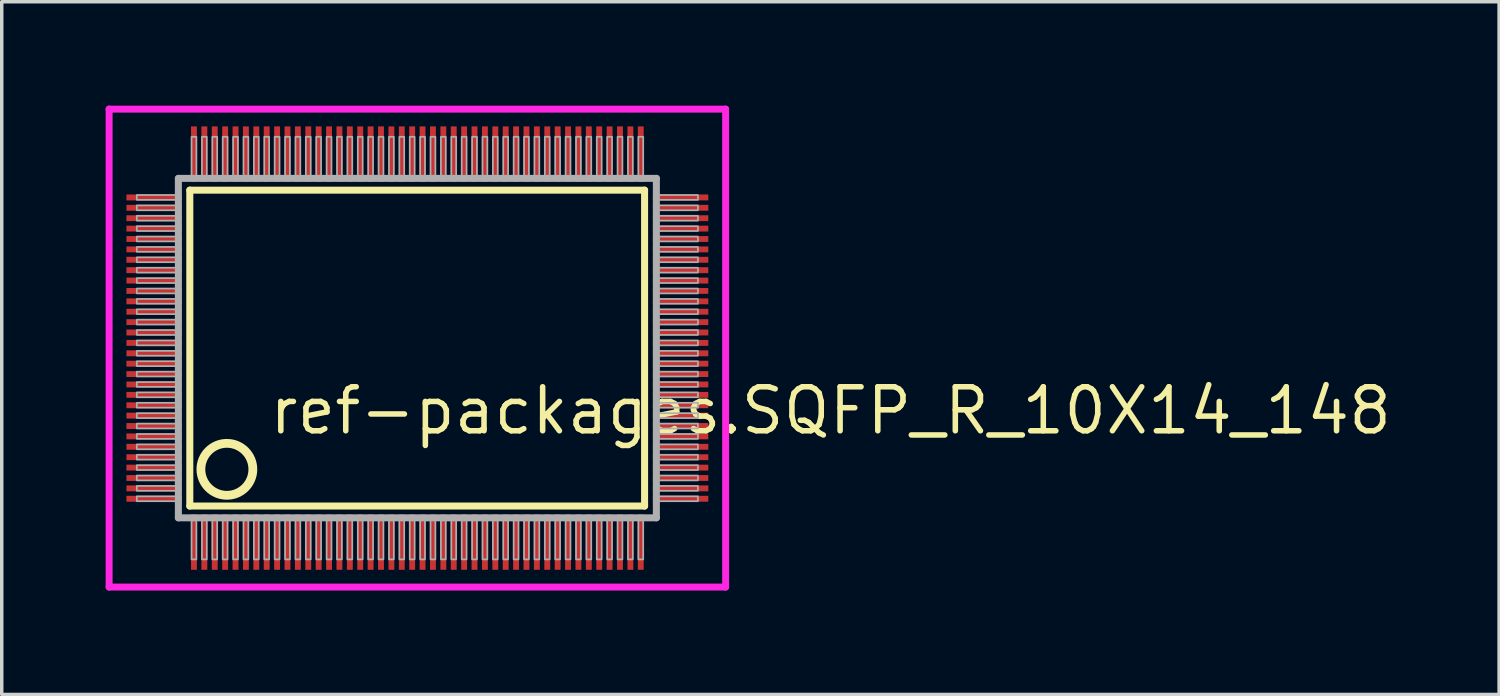
<source format=kicad_pcb>
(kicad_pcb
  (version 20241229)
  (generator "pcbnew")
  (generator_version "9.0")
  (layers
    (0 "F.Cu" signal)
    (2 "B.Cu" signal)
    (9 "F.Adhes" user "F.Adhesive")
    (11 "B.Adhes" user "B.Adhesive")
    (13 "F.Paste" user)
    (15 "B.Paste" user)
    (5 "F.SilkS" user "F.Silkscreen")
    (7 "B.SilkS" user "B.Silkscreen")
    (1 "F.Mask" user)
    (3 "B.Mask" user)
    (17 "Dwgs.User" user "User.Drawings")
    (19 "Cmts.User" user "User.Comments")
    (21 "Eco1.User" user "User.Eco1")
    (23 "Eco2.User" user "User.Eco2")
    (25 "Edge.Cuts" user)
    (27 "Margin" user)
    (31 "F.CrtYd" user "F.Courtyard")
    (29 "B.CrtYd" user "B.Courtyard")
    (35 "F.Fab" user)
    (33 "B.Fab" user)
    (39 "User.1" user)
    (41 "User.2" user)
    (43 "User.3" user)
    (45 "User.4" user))
  (footprint "ref-packages.SQFP_R_10X14_148"
    (layer "F.Cu")
    (at 9 7)
    (property "Reference" "ref-packages.SQFP_R_10X14_148" (at -4.35 2.55 0) (layer "F.SilkS") (effects (font (size 1.27 1.27) (thickness 0.16)) (justify left bottom)))
    (attr smd)
    (fp_line (start -6.57 -4.56) (end 6.56 -4.56) (stroke (width 0.203) (type default)) (layer "F.SilkS"))
    (fp_line (start -6.57 4.56) (end -6.57 -4.56) (stroke (width 0.203) (type default)) (layer "F.SilkS"))
    (fp_line (start 6.56 -4.56) (end 6.56 4.56) (stroke (width 0.203) (type default)) (layer "F.SilkS"))
    (fp_line (start 6.56 4.56) (end -6.57 4.56) (stroke (width 0.203) (type default)) (layer "F.SilkS"))
    (fp_circle (center -5.5 3.5) (end -4.75 3.5) (stroke (width 0.254) (type default)) (fill no) (layer "F.SilkS"))
    (fp_line (start -8.9 -6.9) (end 8.9 -6.9) (stroke (width 0.2) (type default)) (layer "F.CrtYd"))
    (fp_line (start -8.9 6.9) (end -8.9 -6.9) (stroke (width 0.2) (type default)) (layer "F.CrtYd"))
    (fp_line (start 8.9 -6.9) (end 8.9 6.9) (stroke (width 0.2) (type default)) (layer "F.CrtYd"))
    (fp_line (start 8.9 6.9) (end -8.9 6.9) (stroke (width 0.2) (type default)) (layer "F.CrtYd"))
    (fp_line (start -6.9 -4.9) (end -6.9 4.9) (stroke (width 0.203) (type default)) (layer "F.Fab"))
    (fp_line (start -6.9 4.9) (end 6.9 4.9) (stroke (width 0.203) (type default)) (layer "F.Fab"))
    (fp_line (start 6.9 -4.9) (end -6.9 -4.9) (stroke (width 0.203) (type default)) (layer "F.Fab"))
    (fp_line (start 6.9 4.9) (end 6.9 -4.9) (stroke (width 0.203) (type default)) (layer "F.Fab"))
    (fp_rect (start -8.1 -4.28) (end -6.95 -4.42) (stroke (width 0.05) (type default)) (fill no) (layer "F.Fab"))
    (fp_rect (start -8.1 -3.98) (end -6.95 -4.12) (stroke (width 0.05) (type default)) (fill no) (layer "F.Fab"))
    (fp_rect (start -8.1 -3.68) (end -6.95 -3.82) (stroke (width 0.05) (type default)) (fill no) (layer "F.Fab"))
    (fp_rect (start -8.1 -3.38) (end -6.95 -3.52) (stroke (width 0.05) (type default)) (fill no) (layer "F.Fab"))
    (fp_rect (start -8.1 -3.08) (end -6.95 -3.22) (stroke (width 0.05) (type default)) (fill no) (layer "F.Fab"))
    (fp_rect (start -8.1 -2.78) (end -6.95 -2.92) (stroke (width 0.05) (type default)) (fill no) (layer "F.Fab"))
    (fp_rect (start -8.1 -2.48) (end -6.95 -2.62) (stroke (width 0.05) (type default)) (fill no) (layer "F.Fab"))
    (fp_rect (start -8.1 -2.18) (end -6.95 -2.32) (stroke (width 0.05) (type default)) (fill no) (layer "F.Fab"))
    (fp_rect (start -8.1 -1.88) (end -6.95 -2.02) (stroke (width 0.05) (type default)) (fill no) (layer "F.Fab"))
    (fp_rect (start -8.1 -1.58) (end -6.95 -1.72) (stroke (width 0.05) (type default)) (fill no) (layer "F.Fab"))
    (fp_rect (start -8.1 -1.28) (end -6.95 -1.42) (stroke (width 0.05) (type default)) (fill no) (layer "F.Fab"))
    (fp_rect (start -8.1 -0.98) (end -6.95 -1.12) (stroke (width 0.05) (type default)) (fill no) (layer "F.Fab"))
    (fp_rect (start -8.1 -0.68) (end -6.95 -0.82) (stroke (width 0.05) (type default)) (fill no) (layer "F.Fab"))
    (fp_rect (start -8.1 -0.38) (end -6.95 -0.52) (stroke (width 0.05) (type default)) (fill no) (layer "F.Fab"))
    (fp_rect (start -8.1 -0.08) (end -6.95 -0.22) (stroke (width 0.05) (type default)) (fill no) (layer "F.Fab"))
    (fp_rect (start -8.1 0.22) (end -6.95 0.08) (stroke (width 0.05) (type default)) (fill no) (layer "F.Fab"))
    (fp_rect (start -8.1 0.52) (end -6.95 0.38) (stroke (width 0.05) (type default)) (fill no) (layer "F.Fab"))
    (fp_rect (start -8.1 0.82) (end -6.95 0.68) (stroke (width 0.05) (type default)) (fill no) (layer "F.Fab"))
    (fp_rect (start -8.1 1.12) (end -6.95 0.98) (stroke (width 0.05) (type default)) (fill no) (layer "F.Fab"))
    (fp_rect (start -8.1 1.42) (end -6.95 1.28) (stroke (width 0.05) (type default)) (fill no) (layer "F.Fab"))
    (fp_rect (start -8.1 1.72) (end -6.95 1.58) (stroke (width 0.05) (type default)) (fill no) (layer "F.Fab"))
    (fp_rect (start -8.1 2.02) (end -6.95 1.88) (stroke (width 0.05) (type default)) (fill no) (layer "F.Fab"))
    (fp_rect (start -8.1 2.32) (end -6.95 2.18) (stroke (width 0.05) (type default)) (fill no) (layer "F.Fab"))
    (fp_rect (start -8.1 2.62) (end -6.95 2.48) (stroke (width 0.05) (type default)) (fill no) (layer "F.Fab"))
    (fp_rect (start -8.1 2.92) (end -6.95 2.78) (stroke (width 0.05) (type default)) (fill no) (layer "F.Fab"))
    (fp_rect (start -8.1 3.22) (end -6.95 3.08) (stroke (width 0.05) (type default)) (fill no) (layer "F.Fab"))
    (fp_rect (start -8.1 3.52) (end -6.95 3.38) (stroke (width 0.05) (type default)) (fill no) (layer "F.Fab"))
    (fp_rect (start -8.1 3.82) (end -6.95 3.68) (stroke (width 0.05) (type default)) (fill no) (layer "F.Fab"))
    (fp_rect (start -8.1 4.12) (end -6.95 3.98) (stroke (width 0.05) (type default)) (fill no) (layer "F.Fab"))
    (fp_rect (start -8.1 4.42) (end -6.95 4.28) (stroke (width 0.05) (type default)) (fill no) (layer "F.Fab"))
    (fp_rect (start -6.52 -4.95) (end -6.38 -6.1) (stroke (width 0.05) (type default)) (fill no) (layer "F.Fab"))
    (fp_rect (start -6.52 6.1) (end -6.38 4.95) (stroke (width 0.05) (type default)) (fill no) (layer "F.Fab"))
    (fp_rect (start -6.22 -4.95) (end -6.08 -6.1) (stroke (width 0.05) (type default)) (fill no) (layer "F.Fab"))
    (fp_rect (start -6.22 6.1) (end -6.08 4.95) (stroke (width 0.05) (type default)) (fill no) (layer "F.Fab"))
    (fp_rect (start -5.92 -4.95) (end -5.78 -6.1) (stroke (width 0.05) (type default)) (fill no) (layer "F.Fab"))
    (fp_rect (start -5.92 6.1) (end -5.78 4.95) (stroke (width 0.05) (type default)) (fill no) (layer "F.Fab"))
    (fp_rect (start -5.62 -4.95) (end -5.48 -6.1) (stroke (width 0.05) (type default)) (fill no) (layer "F.Fab"))
    (fp_rect (start -5.62 6.1) (end -5.48 4.95) (stroke (width 0.05) (type default)) (fill no) (layer "F.Fab"))
    (fp_rect (start -5.32 -4.95) (end -5.18 -6.1) (stroke (width 0.05) (type default)) (fill no) (layer "F.Fab"))
    (fp_rect (start -5.32 6.1) (end -5.18 4.95) (stroke (width 0.05) (type default)) (fill no) (layer "F.Fab"))
    (fp_rect (start -5.02 -4.95) (end -4.88 -6.1) (stroke (width 0.05) (type default)) (fill no) (layer "F.Fab"))
    (fp_rect (start -5.02 6.1) (end -4.88 4.95) (stroke (width 0.05) (type default)) (fill no) (layer "F.Fab"))
    (fp_rect (start -4.72 -4.95) (end -4.58 -6.1) (stroke (width 0.05) (type default)) (fill no) (layer "F.Fab"))
    (fp_rect (start -4.72 6.1) (end -4.58 4.95) (stroke (width 0.05) (type default)) (fill no) (layer "F.Fab"))
    (fp_rect (start -4.42 -4.95) (end -4.28 -6.1) (stroke (width 0.05) (type default)) (fill no) (layer "F.Fab"))
    (fp_rect (start -4.42 6.1) (end -4.28 4.95) (stroke (width 0.05) (type default)) (fill no) (layer "F.Fab"))
    (fp_rect (start -4.12 -4.95) (end -3.98 -6.1) (stroke (width 0.05) (type default)) (fill no) (layer "F.Fab"))
    (fp_rect (start -4.12 6.1) (end -3.98 4.95) (stroke (width 0.05) (type default)) (fill no) (layer "F.Fab"))
    (fp_rect (start -3.82 -4.95) (end -3.68 -6.1) (stroke (width 0.05) (type default)) (fill no) (layer "F.Fab"))
    (fp_rect (start -3.82 6.1) (end -3.68 4.95) (stroke (width 0.05) (type default)) (fill no) (layer "F.Fab"))
    (fp_rect (start -3.52 -4.95) (end -3.38 -6.1) (stroke (width 0.05) (type default)) (fill no) (layer "F.Fab"))
    (fp_rect (start -3.52 6.1) (end -3.38 4.95) (stroke (width 0.05) (type default)) (fill no) (layer "F.Fab"))
    (fp_rect (start -3.22 -4.95) (end -3.08 -6.1) (stroke (width 0.05) (type default)) (fill no) (layer "F.Fab"))
    (fp_rect (start -3.22 6.1) (end -3.08 4.95) (stroke (width 0.05) (type default)) (fill no) (layer "F.Fab"))
    (fp_rect (start -2.92 -4.95) (end -2.78 -6.1) (stroke (width 0.05) (type default)) (fill no) (layer "F.Fab"))
    (fp_rect (start -2.92 6.1) (end -2.78 4.95) (stroke (width 0.05) (type default)) (fill no) (layer "F.Fab"))
    (fp_rect (start -2.62 -4.95) (end -2.48 -6.1) (stroke (width 0.05) (type default)) (fill no) (layer "F.Fab"))
    (fp_rect (start -2.62 6.1) (end -2.48 4.95) (stroke (width 0.05) (type default)) (fill no) (layer "F.Fab"))
    (fp_rect (start -2.32 -4.95) (end -2.18 -6.1) (stroke (width 0.05) (type default)) (fill no) (layer "F.Fab"))
    (fp_rect (start -2.32 6.1) (end -2.18 4.95) (stroke (width 0.05) (type default)) (fill no) (layer "F.Fab"))
    (fp_rect (start -2.02 -4.95) (end -1.88 -6.1) (stroke (width 0.05) (type default)) (fill no) (layer "F.Fab"))
    (fp_rect (start -2.02 6.1) (end -1.88 4.95) (stroke (width 0.05) (type default)) (fill no) (layer "F.Fab"))
    (fp_rect (start -1.72 -4.95) (end -1.58 -6.1) (stroke (width 0.05) (type default)) (fill no) (layer "F.Fab"))
    (fp_rect (start -1.72 6.1) (end -1.58 4.95) (stroke (width 0.05) (type default)) (fill no) (layer "F.Fab"))
    (fp_rect (start -1.42 -4.95) (end -1.28 -6.1) (stroke (width 0.05) (type default)) (fill no) (layer "F.Fab"))
    (fp_rect (start -1.42 6.1) (end -1.28 4.95) (stroke (width 0.05) (type default)) (fill no) (layer "F.Fab"))
    (fp_rect (start -1.12 -4.95) (end -0.98 -6.1) (stroke (width 0.05) (type default)) (fill no) (layer "F.Fab"))
    (fp_rect (start -1.12 6.1) (end -0.98 4.95) (stroke (width 0.05) (type default)) (fill no) (layer "F.Fab"))
    (fp_rect (start -0.82 -4.95) (end -0.68 -6.1) (stroke (width 0.05) (type default)) (fill no) (layer "F.Fab"))
    (fp_rect (start -0.82 6.1) (end -0.68 4.95) (stroke (width 0.05) (type default)) (fill no) (layer "F.Fab"))
    (fp_rect (start -0.52 -4.95) (end -0.38 -6.1) (stroke (width 0.05) (type default)) (fill no) (layer "F.Fab"))
    (fp_rect (start -0.52 6.1) (end -0.38 4.95) (stroke (width 0.05) (type default)) (fill no) (layer "F.Fab"))
    (fp_rect (start -0.22 -4.95) (end -0.08 -6.1) (stroke (width 0.05) (type default)) (fill no) (layer "F.Fab"))
    (fp_rect (start -0.22 6.1) (end -0.08 4.95) (stroke (width 0.05) (type default)) (fill no) (layer "F.Fab"))
    (fp_rect (start 0.08 -4.95) (end 0.22 -6.1) (stroke (width 0.05) (type default)) (fill no) (layer "F.Fab"))
    (fp_rect (start 0.08 6.1) (end 0.22 4.95) (stroke (width 0.05) (type default)) (fill no) (layer "F.Fab"))
    (fp_rect (start 0.38 -4.95) (end 0.52 -6.1) (stroke (width 0.05) (type default)) (fill no) (layer "F.Fab"))
    (fp_rect (start 0.38 6.1) (end 0.52 4.95) (stroke (width 0.05) (type default)) (fill no) (layer "F.Fab"))
    (fp_rect (start 0.68 -4.95) (end 0.82 -6.1) (stroke (width 0.05) (type default)) (fill no) (layer "F.Fab"))
    (fp_rect (start 0.68 6.1) (end 0.82 4.95) (stroke (width 0.05) (type default)) (fill no) (layer "F.Fab"))
    (fp_rect (start 0.98 -4.95) (end 1.12 -6.1) (stroke (width 0.05) (type default)) (fill no) (layer "F.Fab"))
    (fp_rect (start 0.98 6.1) (end 1.12 4.95) (stroke (width 0.05) (type default)) (fill no) (layer "F.Fab"))
    (fp_rect (start 1.28 -4.95) (end 1.42 -6.1) (stroke (width 0.05) (type default)) (fill no) (layer "F.Fab"))
    (fp_rect (start 1.28 6.1) (end 1.42 4.95) (stroke (width 0.05) (type default)) (fill no) (layer "F.Fab"))
    (fp_rect (start 1.58 -4.95) (end 1.72 -6.1) (stroke (width 0.05) (type default)) (fill no) (layer "F.Fab"))
    (fp_rect (start 1.58 6.1) (end 1.72 4.95) (stroke (width 0.05) (type default)) (fill no) (layer "F.Fab"))
    (fp_rect (start 1.88 -4.95) (end 2.02 -6.1) (stroke (width 0.05) (type default)) (fill no) (layer "F.Fab"))
    (fp_rect (start 1.88 6.1) (end 2.02 4.95) (stroke (width 0.05) (type default)) (fill no) (layer "F.Fab"))
    (fp_rect (start 2.18 -4.95) (end 2.32 -6.1) (stroke (width 0.05) (type default)) (fill no) (layer "F.Fab"))
    (fp_rect (start 2.18 6.1) (end 2.32 4.95) (stroke (width 0.05) (type default)) (fill no) (layer "F.Fab"))
    (fp_rect (start 2.48 -4.95) (end 2.62 -6.1) (stroke (width 0.05) (type default)) (fill no) (layer "F.Fab"))
    (fp_rect (start 2.48 6.1) (end 2.62 4.95) (stroke (width 0.05) (type default)) (fill no) (layer "F.Fab"))
    (fp_rect (start 2.78 -4.95) (end 2.92 -6.1) (stroke (width 0.05) (type default)) (fill no) (layer "F.Fab"))
    (fp_rect (start 2.78 6.1) (end 2.92 4.95) (stroke (width 0.05) (type default)) (fill no) (layer "F.Fab"))
    (fp_rect (start 3.08 -4.95) (end 3.22 -6.1) (stroke (width 0.05) (type default)) (fill no) (layer "F.Fab"))
    (fp_rect (start 3.08 6.1) (end 3.22 4.95) (stroke (width 0.05) (type default)) (fill no) (layer "F.Fab"))
    (fp_rect (start 3.38 -4.95) (end 3.52 -6.1) (stroke (width 0.05) (type default)) (fill no) (layer "F.Fab"))
    (fp_rect (start 3.38 6.1) (end 3.52 4.95) (stroke (width 0.05) (type default)) (fill no) (layer "F.Fab"))
    (fp_rect (start 3.68 -4.95) (end 3.82 -6.1) (stroke (width 0.05) (type default)) (fill no) (layer "F.Fab"))
    (fp_rect (start 3.68 6.1) (end 3.82 4.95) (stroke (width 0.05) (type default)) (fill no) (layer "F.Fab"))
    (fp_rect (start 3.98 -4.95) (end 4.12 -6.1) (stroke (width 0.05) (type default)) (fill no) (layer "F.Fab"))
    (fp_rect (start 3.98 6.1) (end 4.12 4.95) (stroke (width 0.05) (type default)) (fill no) (layer "F.Fab"))
    (fp_rect (start 4.28 -4.95) (end 4.42 -6.1) (stroke (width 0.05) (type default)) (fill no) (layer "F.Fab"))
    (fp_rect (start 4.28 6.1) (end 4.42 4.95) (stroke (width 0.05) (type default)) (fill no) (layer "F.Fab"))
    (fp_rect (start 4.58 -4.95) (end 4.72 -6.1) (stroke (width 0.05) (type default)) (fill no) (layer "F.Fab"))
    (fp_rect (start 4.58 6.1) (end 4.72 4.95) (stroke (width 0.05) (type default)) (fill no) (layer "F.Fab"))
    (fp_rect (start 4.88 -4.95) (end 5.02 -6.1) (stroke (width 0.05) (type default)) (fill no) (layer "F.Fab"))
    (fp_rect (start 4.88 6.1) (end 5.02 4.95) (stroke (width 0.05) (type default)) (fill no) (layer "F.Fab"))
    (fp_rect (start 5.18 -4.95) (end 5.32 -6.1) (stroke (width 0.05) (type default)) (fill no) (layer "F.Fab"))
    (fp_rect (start 5.18 6.1) (end 5.32 4.95) (stroke (width 0.05) (type default)) (fill no) (layer "F.Fab"))
    (fp_rect (start 5.48 -4.95) (end 5.62 -6.1) (stroke (width 0.05) (type default)) (fill no) (layer "F.Fab"))
    (fp_rect (start 5.48 6.1) (end 5.62 4.95) (stroke (width 0.05) (type default)) (fill no) (layer "F.Fab"))
    (fp_rect (start 5.78 -4.95) (end 5.92 -6.1) (stroke (width 0.05) (type default)) (fill no) (layer "F.Fab"))
    (fp_rect (start 5.78 6.1) (end 5.92 4.95) (stroke (width 0.05) (type default)) (fill no) (layer "F.Fab"))
    (fp_rect (start 6.08 -4.95) (end 6.22 -6.1) (stroke (width 0.05) (type default)) (fill no) (layer "F.Fab"))
    (fp_rect (start 6.08 6.1) (end 6.22 4.95) (stroke (width 0.05) (type default)) (fill no) (layer "F.Fab"))
    (fp_rect (start 6.38 -4.95) (end 6.52 -6.1) (stroke (width 0.05) (type default)) (fill no) (layer "F.Fab"))
    (fp_rect (start 6.38 6.1) (end 6.52 4.95) (stroke (width 0.05) (type default)) (fill no) (layer "F.Fab"))
    (fp_rect (start 6.95 -4.28) (end 8.1 -4.42) (stroke (width 0.05) (type default)) (fill no) (layer "F.Fab"))
    (fp_rect (start 6.95 -3.98) (end 8.1 -4.12) (stroke (width 0.05) (type default)) (fill no) (layer "F.Fab"))
    (fp_rect (start 6.95 -3.68) (end 8.1 -3.82) (stroke (width 0.05) (type default)) (fill no) (layer "F.Fab"))
    (fp_rect (start 6.95 -3.38) (end 8.1 -3.52) (stroke (width 0.05) (type default)) (fill no) (layer "F.Fab"))
    (fp_rect (start 6.95 -3.08) (end 8.1 -3.22) (stroke (width 0.05) (type default)) (fill no) (layer "F.Fab"))
    (fp_rect (start 6.95 -2.78) (end 8.1 -2.92) (stroke (width 0.05) (type default)) (fill no) (layer "F.Fab"))
    (fp_rect (start 6.95 -2.48) (end 8.1 -2.62) (stroke (width 0.05) (type default)) (fill no) (layer "F.Fab"))
    (fp_rect (start 6.95 -2.18) (end 8.1 -2.32) (stroke (width 0.05) (type default)) (fill no) (layer "F.Fab"))
    (fp_rect (start 6.95 -1.88) (end 8.1 -2.02) (stroke (width 0.05) (type default)) (fill no) (layer "F.Fab"))
    (fp_rect (start 6.95 -1.58) (end 8.1 -1.72) (stroke (width 0.05) (type default)) (fill no) (layer "F.Fab"))
    (fp_rect (start 6.95 -1.28) (end 8.1 -1.42) (stroke (width 0.05) (type default)) (fill no) (layer "F.Fab"))
    (fp_rect (start 6.95 -0.98) (end 8.1 -1.12) (stroke (width 0.05) (type default)) (fill no) (layer "F.Fab"))
    (fp_rect (start 6.95 -0.68) (end 8.1 -0.82) (stroke (width 0.05) (type default)) (fill no) (layer "F.Fab"))
    (fp_rect (start 6.95 -0.38) (end 8.1 -0.52) (stroke (width 0.05) (type default)) (fill no) (layer "F.Fab"))
    (fp_rect (start 6.95 -0.08) (end 8.1 -0.22) (stroke (width 0.05) (type default)) (fill no) (layer "F.Fab"))
    (fp_rect (start 6.95 0.22) (end 8.1 0.08) (stroke (width 0.05) (type default)) (fill no) (layer "F.Fab"))
    (fp_rect (start 6.95 0.52) (end 8.1 0.38) (stroke (width 0.05) (type default)) (fill no) (layer "F.Fab"))
    (fp_rect (start 6.95 0.82) (end 8.1 0.68) (stroke (width 0.05) (type default)) (fill no) (layer "F.Fab"))
    (fp_rect (start 6.95 1.12) (end 8.1 0.98) (stroke (width 0.05) (type default)) (fill no) (layer "F.Fab"))
    (fp_rect (start 6.95 1.42) (end 8.1 1.28) (stroke (width 0.05) (type default)) (fill no) (layer "F.Fab"))
    (fp_rect (start 6.95 1.72) (end 8.1 1.58) (stroke (width 0.05) (type default)) (fill no) (layer "F.Fab"))
    (fp_rect (start 6.95 2.02) (end 8.1 1.88) (stroke (width 0.05) (type default)) (fill no) (layer "F.Fab"))
    (fp_rect (start 6.95 2.32) (end 8.1 2.18) (stroke (width 0.05) (type default)) (fill no) (layer "F.Fab"))
    (fp_rect (start 6.95 2.62) (end 8.1 2.48) (stroke (width 0.05) (type default)) (fill no) (layer "F.Fab"))
    (fp_rect (start 6.95 2.92) (end 8.1 2.78) (stroke (width 0.05) (type default)) (fill no) (layer "F.Fab"))
    (fp_rect (start 6.95 3.22) (end 8.1 3.08) (stroke (width 0.05) (type default)) (fill no) (layer "F.Fab"))
    (fp_rect (start 6.95 3.52) (end 8.1 3.38) (stroke (width 0.05) (type default)) (fill no) (layer "F.Fab"))
    (fp_rect (start 6.95 3.82) (end 8.1 3.68) (stroke (width 0.05) (type default)) (fill no) (layer "F.Fab"))
    (fp_rect (start 6.95 4.12) (end 8.1 3.98) (stroke (width 0.05) (type default)) (fill no) (layer "F.Fab"))
    (fp_rect (start 6.95 4.42) (end 8.1 4.28) (stroke (width 0.05) (type default)) (fill no) (layer "F.Fab"))
    (pad "1" smd roundrect (at -6.45 5.6) (size 0.17 1.6) (layers "F.Cu" "F.Mask" "F.Paste") (roundrect_rratio 0.01))
    (pad "2" smd roundrect (at -6.15 5.6) (size 0.17 1.6) (layers "F.Cu" "F.Mask" "F.Paste") (roundrect_rratio 0.01))
    (pad "3" smd roundrect (at -5.85 5.6) (size 0.17 1.6) (layers "F.Cu" "F.Mask" "F.Paste") (roundrect_rratio 0.01))
    (pad "4" smd roundrect (at -5.55 5.6) (size 0.17 1.6) (layers "F.Cu" "F.Mask" "F.Paste") (roundrect_rratio 0.01))
    (pad "5" smd roundrect (at -5.25 5.6) (size 0.17 1.6) (layers "F.Cu" "F.Mask" "F.Paste") (roundrect_rratio 0.01))
    (pad "6" smd roundrect (at -4.95 5.6) (size 0.17 1.6) (layers "F.Cu" "F.Mask" "F.Paste") (roundrect_rratio 0.01))
    (pad "7" smd roundrect (at -4.65 5.6) (size 0.17 1.6) (layers "F.Cu" "F.Mask" "F.Paste") (roundrect_rratio 0.01))
    (pad "8" smd roundrect (at -4.35 5.6) (size 0.17 1.6) (layers "F.Cu" "F.Mask" "F.Paste") (roundrect_rratio 0.01))
    (pad "9" smd roundrect (at -4.05 5.6) (size 0.17 1.6) (layers "F.Cu" "F.Mask" "F.Paste") (roundrect_rratio 0.01))
    (pad "10" smd roundrect (at -3.75 5.6) (size 0.17 1.6) (layers "F.Cu" "F.Mask" "F.Paste") (roundrect_rratio 0.01))
    (pad "11" smd roundrect (at -3.45 5.6) (size 0.17 1.6) (layers "F.Cu" "F.Mask" "F.Paste") (roundrect_rratio 0.01))
    (pad "12" smd roundrect (at -3.15 5.6) (size 0.17 1.6) (layers "F.Cu" "F.Mask" "F.Paste") (roundrect_rratio 0.01))
    (pad "13" smd roundrect (at -2.85 5.6) (size 0.17 1.6) (layers "F.Cu" "F.Mask" "F.Paste") (roundrect_rratio 0.01))
    (pad "14" smd roundrect (at -2.55 5.6) (size 0.17 1.6) (layers "F.Cu" "F.Mask" "F.Paste") (roundrect_rratio 0.01))
    (pad "15" smd roundrect (at -2.25 5.6) (size 0.17 1.6) (layers "F.Cu" "F.Mask" "F.Paste") (roundrect_rratio 0.01))
    (pad "16" smd roundrect (at -1.95 5.6) (size 0.17 1.6) (layers "F.Cu" "F.Mask" "F.Paste") (roundrect_rratio 0.01))
    (pad "17" smd roundrect (at -1.65 5.6) (size 0.17 1.6) (layers "F.Cu" "F.Mask" "F.Paste") (roundrect_rratio 0.01))
    (pad "18" smd roundrect (at -1.35 5.6) (size 0.17 1.6) (layers "F.Cu" "F.Mask" "F.Paste") (roundrect_rratio 0.01))
    (pad "19" smd roundrect (at -1.05 5.6) (size 0.17 1.6) (layers "F.Cu" "F.Mask" "F.Paste") (roundrect_rratio 0.01))
    (pad "20" smd roundrect (at -0.75 5.6) (size 0.17 1.6) (layers "F.Cu" "F.Mask" "F.Paste") (roundrect_rratio 0.01))
    (pad "21" smd roundrect (at -0.45 5.6) (size 0.17 1.6) (layers "F.Cu" "F.Mask" "F.Paste") (roundrect_rratio 0.01))
    (pad "22" smd roundrect (at -0.15 5.6) (size 0.17 1.6) (layers "F.Cu" "F.Mask" "F.Paste") (roundrect_rratio 0.01))
    (pad "23" smd roundrect (at 0.15 5.6) (size 0.17 1.6) (layers "F.Cu" "F.Mask" "F.Paste") (roundrect_rratio 0.01))
    (pad "24" smd roundrect (at 0.45 5.6) (size 0.17 1.6) (layers "F.Cu" "F.Mask" "F.Paste") (roundrect_rratio 0.01))
    (pad "25" smd roundrect (at 0.75 5.6) (size 0.17 1.6) (layers "F.Cu" "F.Mask" "F.Paste") (roundrect_rratio 0.01))
    (pad "26" smd roundrect (at 1.05 5.6) (size 0.17 1.6) (layers "F.Cu" "F.Mask" "F.Paste") (roundrect_rratio 0.01))
    (pad "27" smd roundrect (at 1.35 5.6) (size 0.17 1.6) (layers "F.Cu" "F.Mask" "F.Paste") (roundrect_rratio 0.01))
    (pad "28" smd roundrect (at 1.65 5.6) (size 0.17 1.6) (layers "F.Cu" "F.Mask" "F.Paste") (roundrect_rratio 0.01))
    (pad "29" smd roundrect (at 1.95 5.6) (size 0.17 1.6) (layers "F.Cu" "F.Mask" "F.Paste") (roundrect_rratio 0.01))
    (pad "30" smd roundrect (at 2.25 5.6) (size 0.17 1.6) (layers "F.Cu" "F.Mask" "F.Paste") (roundrect_rratio 0.01))
    (pad "31" smd roundrect (at 2.55 5.6) (size 0.17 1.6) (layers "F.Cu" "F.Mask" "F.Paste") (roundrect_rratio 0.01))
    (pad "32" smd roundrect (at 2.85 5.6) (size 0.17 1.6) (layers "F.Cu" "F.Mask" "F.Paste") (roundrect_rratio 0.01))
    (pad "33" smd roundrect (at 3.15 5.6) (size 0.17 1.6) (layers "F.Cu" "F.Mask" "F.Paste") (roundrect_rratio 0.01))
    (pad "34" smd roundrect (at 3.45 5.6) (size 0.17 1.6) (layers "F.Cu" "F.Mask" "F.Paste") (roundrect_rratio 0.01))
    (pad "35" smd roundrect (at 3.75 5.6) (size 0.17 1.6) (layers "F.Cu" "F.Mask" "F.Paste") (roundrect_rratio 0.01))
    (pad "36" smd roundrect (at 4.05 5.6) (size 0.17 1.6) (layers "F.Cu" "F.Mask" "F.Paste") (roundrect_rratio 0.01))
    (pad "37" smd roundrect (at 4.35 5.6) (size 0.17 1.6) (layers "F.Cu" "F.Mask" "F.Paste") (roundrect_rratio 0.01))
    (pad "38" smd roundrect (at 4.65 5.6) (size 0.17 1.6) (layers "F.Cu" "F.Mask" "F.Paste") (roundrect_rratio 0.01))
    (pad "39" smd roundrect (at 4.95 5.6) (size 0.17 1.6) (layers "F.Cu" "F.Mask" "F.Paste") (roundrect_rratio 0.01))
    (pad "40" smd roundrect (at 5.25 5.6) (size 0.17 1.6) (layers "F.Cu" "F.Mask" "F.Paste") (roundrect_rratio 0.01))
    (pad "41" smd roundrect (at 5.55 5.6) (size 0.17 1.6) (layers "F.Cu" "F.Mask" "F.Paste") (roundrect_rratio 0.01))
    (pad "42" smd roundrect (at 5.85 5.6) (size 0.17 1.6) (layers "F.Cu" "F.Mask" "F.Paste") (roundrect_rratio 0.01))
    (pad "43" smd roundrect (at 6.15 5.6) (size 0.17 1.6) (layers "F.Cu" "F.Mask" "F.Paste") (roundrect_rratio 0.01))
    (pad "44" smd roundrect (at 6.45 5.6) (size 0.17 1.6) (layers "F.Cu" "F.Mask" "F.Paste") (roundrect_rratio 0.01))
    (pad "45" smd roundrect (at 7.6 4.35) (size 1.6 0.17) (layers "F.Cu" "F.Mask" "F.Paste") (roundrect_rratio 0.01))
    (pad "46" smd roundrect (at 7.6 4.05) (size 1.6 0.17) (layers "F.Cu" "F.Mask" "F.Paste") (roundrect_rratio 0.01))
    (pad "47" smd roundrect (at 7.6 3.75) (size 1.6 0.17) (layers "F.Cu" "F.Mask" "F.Paste") (roundrect_rratio 0.01))
    (pad "48" smd roundrect (at 7.6 3.45) (size 1.6 0.17) (layers "F.Cu" "F.Mask" "F.Paste") (roundrect_rratio 0.01))
    (pad "49" smd roundrect (at 7.6 3.15) (size 1.6 0.17) (layers "F.Cu" "F.Mask" "F.Paste") (roundrect_rratio 0.01))
    (pad "50" smd roundrect (at 7.6 2.85) (size 1.6 0.17) (layers "F.Cu" "F.Mask" "F.Paste") (roundrect_rratio 0.01))
    (pad "51" smd roundrect (at 7.6 2.55) (size 1.6 0.17) (layers "F.Cu" "F.Mask" "F.Paste") (roundrect_rratio 0.01))
    (pad "52" smd roundrect (at 7.6 2.25) (size 1.6 0.17) (layers "F.Cu" "F.Mask" "F.Paste") (roundrect_rratio 0.01))
    (pad "53" smd roundrect (at 7.6 1.95) (size 1.6 0.17) (layers "F.Cu" "F.Mask" "F.Paste") (roundrect_rratio 0.01))
    (pad "54" smd roundrect (at 7.6 1.65) (size 1.6 0.17) (layers "F.Cu" "F.Mask" "F.Paste") (roundrect_rratio 0.01))
    (pad "55" smd roundrect (at 7.6 1.35) (size 1.6 0.17) (layers "F.Cu" "F.Mask" "F.Paste") (roundrect_rratio 0.01))
    (pad "56" smd roundrect (at 7.6 1.05) (size 1.6 0.17) (layers "F.Cu" "F.Mask" "F.Paste") (roundrect_rratio 0.01))
    (pad "57" smd roundrect (at 7.6 0.75) (size 1.6 0.17) (layers "F.Cu" "F.Mask" "F.Paste") (roundrect_rratio 0.01))
    (pad "58" smd roundrect (at 7.6 0.45) (size 1.6 0.17) (layers "F.Cu" "F.Mask" "F.Paste") (roundrect_rratio 0.01))
    (pad "59" smd roundrect (at 7.6 0.15) (size 1.6 0.17) (layers "F.Cu" "F.Mask" "F.Paste") (roundrect_rratio 0.01))
    (pad "60" smd roundrect (at 7.6 -0.15) (size 1.6 0.17) (layers "F.Cu" "F.Mask" "F.Paste") (roundrect_rratio 0.01))
    (pad "61" smd roundrect (at 7.6 -0.45) (size 1.6 0.17) (layers "F.Cu" "F.Mask" "F.Paste") (roundrect_rratio 0.01))
    (pad "62" smd roundrect (at 7.6 -0.75) (size 1.6 0.17) (layers "F.Cu" "F.Mask" "F.Paste") (roundrect_rratio 0.01))
    (pad "63" smd roundrect (at 7.6 -1.05) (size 1.6 0.17) (layers "F.Cu" "F.Mask" "F.Paste") (roundrect_rratio 0.01))
    (pad "64" smd roundrect (at 7.6 -1.35) (size 1.6 0.17) (layers "F.Cu" "F.Mask" "F.Paste") (roundrect_rratio 0.01))
    (pad "65" smd roundrect (at 7.6 -1.65) (size 1.6 0.17) (layers "F.Cu" "F.Mask" "F.Paste") (roundrect_rratio 0.01))
    (pad "66" smd roundrect (at 7.6 -1.95) (size 1.6 0.17) (layers "F.Cu" "F.Mask" "F.Paste") (roundrect_rratio 0.01))
    (pad "67" smd roundrect (at 7.6 -2.25) (size 1.6 0.17) (layers "F.Cu" "F.Mask" "F.Paste") (roundrect_rratio 0.01))
    (pad "68" smd roundrect (at 7.6 -2.55) (size 1.6 0.17) (layers "F.Cu" "F.Mask" "F.Paste") (roundrect_rratio 0.01))
    (pad "69" smd roundrect (at 7.6 -2.85) (size 1.6 0.17) (layers "F.Cu" "F.Mask" "F.Paste") (roundrect_rratio 0.01))
    (pad "70" smd roundrect (at 7.6 -3.15) (size 1.6 0.17) (layers "F.Cu" "F.Mask" "F.Paste") (roundrect_rratio 0.01))
    (pad "71" smd roundrect (at 7.6 -3.45) (size 1.6 0.17) (layers "F.Cu" "F.Mask" "F.Paste") (roundrect_rratio 0.01))
    (pad "72" smd roundrect (at 7.6 -3.75) (size 1.6 0.17) (layers "F.Cu" "F.Mask" "F.Paste") (roundrect_rratio 0.01))
    (pad "73" smd roundrect (at 7.6 -4.05) (size 1.6 0.17) (layers "F.Cu" "F.Mask" "F.Paste") (roundrect_rratio 0.01))
    (pad "74" smd roundrect (at 7.6 -4.35) (size 1.6 0.17) (layers "F.Cu" "F.Mask" "F.Paste") (roundrect_rratio 0.01))
    (pad "75" smd roundrect (at 6.45 -5.6) (size 0.17 1.6) (layers "F.Cu" "F.Mask" "F.Paste") (roundrect_rratio 0.01))
    (pad "76" smd roundrect (at 6.15 -5.6) (size 0.17 1.6) (layers "F.Cu" "F.Mask" "F.Paste") (roundrect_rratio 0.01))
    (pad "77" smd roundrect (at 5.85 -5.6) (size 0.17 1.6) (layers "F.Cu" "F.Mask" "F.Paste") (roundrect_rratio 0.01))
    (pad "78" smd roundrect (at 5.55 -5.6) (size 0.17 1.6) (layers "F.Cu" "F.Mask" "F.Paste") (roundrect_rratio 0.01))
    (pad "79" smd roundrect (at 5.25 -5.6) (size 0.17 1.6) (layers "F.Cu" "F.Mask" "F.Paste") (roundrect_rratio 0.01))
    (pad "80" smd roundrect (at 4.95 -5.6) (size 0.17 1.6) (layers "F.Cu" "F.Mask" "F.Paste") (roundrect_rratio 0.01))
    (pad "81" smd roundrect (at 4.65 -5.6) (size 0.17 1.6) (layers "F.Cu" "F.Mask" "F.Paste") (roundrect_rratio 0.01))
    (pad "82" smd roundrect (at 4.35 -5.6) (size 0.17 1.6) (layers "F.Cu" "F.Mask" "F.Paste") (roundrect_rratio 0.01))
    (pad "83" smd roundrect (at 4.05 -5.6) (size 0.17 1.6) (layers "F.Cu" "F.Mask" "F.Paste") (roundrect_rratio 0.01))
    (pad "84" smd roundrect (at 3.75 -5.6) (size 0.17 1.6) (layers "F.Cu" "F.Mask" "F.Paste") (roundrect_rratio 0.01))
    (pad "85" smd roundrect (at 3.45 -5.6) (size 0.17 1.6) (layers "F.Cu" "F.Mask" "F.Paste") (roundrect_rratio 0.01))
    (pad "86" smd roundrect (at 3.15 -5.6) (size 0.17 1.6) (layers "F.Cu" "F.Mask" "F.Paste") (roundrect_rratio 0.01))
    (pad "87" smd roundrect (at 2.85 -5.6) (size 0.17 1.6) (layers "F.Cu" "F.Mask" "F.Paste") (roundrect_rratio 0.01))
    (pad "88" smd roundrect (at 2.55 -5.6) (size 0.17 1.6) (layers "F.Cu" "F.Mask" "F.Paste") (roundrect_rratio 0.01))
    (pad "89" smd roundrect (at 2.25 -5.6) (size 0.17 1.6) (layers "F.Cu" "F.Mask" "F.Paste") (roundrect_rratio 0.01))
    (pad "90" smd roundrect (at 1.95 -5.6) (size 0.17 1.6) (layers "F.Cu" "F.Mask" "F.Paste") (roundrect_rratio 0.01))
    (pad "91" smd roundrect (at 1.65 -5.6) (size 0.17 1.6) (layers "F.Cu" "F.Mask" "F.Paste") (roundrect_rratio 0.01))
    (pad "92" smd roundrect (at 1.35 -5.6) (size 0.17 1.6) (layers "F.Cu" "F.Mask" "F.Paste") (roundrect_rratio 0.01))
    (pad "93" smd roundrect (at 1.05 -5.6) (size 0.17 1.6) (layers "F.Cu" "F.Mask" "F.Paste") (roundrect_rratio 0.01))
    (pad "94" smd roundrect (at 0.75 -5.6) (size 0.17 1.6) (layers "F.Cu" "F.Mask" "F.Paste") (roundrect_rratio 0.01))
    (pad "95" smd roundrect (at 0.45 -5.6) (size 0.17 1.6) (layers "F.Cu" "F.Mask" "F.Paste") (roundrect_rratio 0.01))
    (pad "96" smd roundrect (at 0.15 -5.6) (size 0.17 1.6) (layers "F.Cu" "F.Mask" "F.Paste") (roundrect_rratio 0.01))
    (pad "97" smd roundrect (at -0.15 -5.6) (size 0.17 1.6) (layers "F.Cu" "F.Mask" "F.Paste") (roundrect_rratio 0.01))
    (pad "98" smd roundrect (at -0.45 -5.6) (size 0.17 1.6) (layers "F.Cu" "F.Mask" "F.Paste") (roundrect_rratio 0.01))
    (pad "99" smd roundrect (at -0.75 -5.6) (size 0.17 1.6) (layers "F.Cu" "F.Mask" "F.Paste") (roundrect_rratio 0.01))
    (pad "100" smd roundrect (at -1.05 -5.6) (size 0.17 1.6) (layers "F.Cu" "F.Mask" "F.Paste") (roundrect_rratio 0.01))
    (pad "101" smd roundrect (at -1.35 -5.6) (size 0.17 1.6) (layers "F.Cu" "F.Mask" "F.Paste") (roundrect_rratio 0.01))
    (pad "102" smd roundrect (at -1.65 -5.6) (size 0.17 1.6) (layers "F.Cu" "F.Mask" "F.Paste") (roundrect_rratio 0.01))
    (pad "103" smd roundrect (at -1.95 -5.6) (size 0.17 1.6) (layers "F.Cu" "F.Mask" "F.Paste") (roundrect_rratio 0.01))
    (pad "104" smd roundrect (at -2.25 -5.6) (size 0.17 1.6) (layers "F.Cu" "F.Mask" "F.Paste") (roundrect_rratio 0.01))
    (pad "105" smd roundrect (at -2.55 -5.6) (size 0.17 1.6) (layers "F.Cu" "F.Mask" "F.Paste") (roundrect_rratio 0.01))
    (pad "106" smd roundrect (at -2.85 -5.6) (size 0.17 1.6) (layers "F.Cu" "F.Mask" "F.Paste") (roundrect_rratio 0.01))
    (pad "107" smd roundrect (at -3.15 -5.6) (size 0.17 1.6) (layers "F.Cu" "F.Mask" "F.Paste") (roundrect_rratio 0.01))
    (pad "108" smd roundrect (at -3.45 -5.6) (size 0.17 1.6) (layers "F.Cu" "F.Mask" "F.Paste") (roundrect_rratio 0.01))
    (pad "109" smd roundrect (at -3.75 -5.6) (size 0.17 1.6) (layers "F.Cu" "F.Mask" "F.Paste") (roundrect_rratio 0.01))
    (pad "110" smd roundrect (at -4.05 -5.6) (size 0.17 1.6) (layers "F.Cu" "F.Mask" "F.Paste") (roundrect_rratio 0.01))
    (pad "111" smd roundrect (at -4.35 -5.6) (size 0.17 1.6) (layers "F.Cu" "F.Mask" "F.Paste") (roundrect_rratio 0.01))
    (pad "112" smd roundrect (at -4.65 -5.6) (size 0.17 1.6) (layers "F.Cu" "F.Mask" "F.Paste") (roundrect_rratio 0.01))
    (pad "113" smd roundrect (at -4.95 -5.6) (size 0.17 1.6) (layers "F.Cu" "F.Mask" "F.Paste") (roundrect_rratio 0.01))
    (pad "114" smd roundrect (at -5.25 -5.6) (size 0.17 1.6) (layers "F.Cu" "F.Mask" "F.Paste") (roundrect_rratio 0.01))
    (pad "115" smd roundrect (at -5.55 -5.6) (size 0.17 1.6) (layers "F.Cu" "F.Mask" "F.Paste") (roundrect_rratio 0.01))
    (pad "116" smd roundrect (at -5.85 -5.6) (size 0.17 1.6) (layers "F.Cu" "F.Mask" "F.Paste") (roundrect_rratio 0.01))
    (pad "117" smd roundrect (at -6.15 -5.6) (size 0.17 1.6) (layers "F.Cu" "F.Mask" "F.Paste") (roundrect_rratio 0.01))
    (pad "118" smd roundrect (at -6.45 -5.6) (size 0.17 1.6) (layers "F.Cu" "F.Mask" "F.Paste") (roundrect_rratio 0.01))
    (pad "119" smd roundrect (at -7.6 -4.35) (size 1.6 0.17) (layers "F.Cu" "F.Mask" "F.Paste") (roundrect_rratio 0.01))
    (pad "120" smd roundrect (at -7.6 -4.05) (size 1.6 0.17) (layers "F.Cu" "F.Mask" "F.Paste") (roundrect_rratio 0.01))
    (pad "121" smd roundrect (at -7.6 -3.75) (size 1.6 0.17) (layers "F.Cu" "F.Mask" "F.Paste") (roundrect_rratio 0.01))
    (pad "122" smd roundrect (at -7.6 -3.45) (size 1.6 0.17) (layers "F.Cu" "F.Mask" "F.Paste") (roundrect_rratio 0.01))
    (pad "123" smd roundrect (at -7.6 -3.15) (size 1.6 0.17) (layers "F.Cu" "F.Mask" "F.Paste") (roundrect_rratio 0.01))
    (pad "124" smd roundrect (at -7.6 -2.85) (size 1.6 0.17) (layers "F.Cu" "F.Mask" "F.Paste") (roundrect_rratio 0.01))
    (pad "125" smd roundrect (at -7.6 -2.55) (size 1.6 0.17) (layers "F.Cu" "F.Mask" "F.Paste") (roundrect_rratio 0.01))
    (pad "126" smd roundrect (at -7.6 -2.25) (size 1.6 0.17) (layers "F.Cu" "F.Mask" "F.Paste") (roundrect_rratio 0.01))
    (pad "127" smd roundrect (at -7.6 -1.95) (size 1.6 0.17) (layers "F.Cu" "F.Mask" "F.Paste") (roundrect_rratio 0.01))
    (pad "128" smd roundrect (at -7.6 -1.65) (size 1.6 0.17) (layers "F.Cu" "F.Mask" "F.Paste") (roundrect_rratio 0.01))
    (pad "129" smd roundrect (at -7.6 -1.35) (size 1.6 0.17) (layers "F.Cu" "F.Mask" "F.Paste") (roundrect_rratio 0.01))
    (pad "130" smd roundrect (at -7.6 -1.05) (size 1.6 0.17) (layers "F.Cu" "F.Mask" "F.Paste") (roundrect_rratio 0.01))
    (pad "131" smd roundrect (at -7.6 -0.75) (size 1.6 0.17) (layers "F.Cu" "F.Mask" "F.Paste") (roundrect_rratio 0.01))
    (pad "132" smd roundrect (at -7.6 -0.45) (size 1.6 0.17) (layers "F.Cu" "F.Mask" "F.Paste") (roundrect_rratio 0.01))
    (pad "133" smd roundrect (at -7.6 -0.15) (size 1.6 0.17) (layers "F.Cu" "F.Mask" "F.Paste") (roundrect_rratio 0.01))
    (pad "134" smd roundrect (at -7.6 0.15) (size 1.6 0.17) (layers "F.Cu" "F.Mask" "F.Paste") (roundrect_rratio 0.01))
    (pad "135" smd roundrect (at -7.6 0.45) (size 1.6 0.17) (layers "F.Cu" "F.Mask" "F.Paste") (roundrect_rratio 0.01))
    (pad "136" smd roundrect (at -7.6 0.75) (size 1.6 0.17) (layers "F.Cu" "F.Mask" "F.Paste") (roundrect_rratio 0.01))
    (pad "137" smd roundrect (at -7.6 1.05) (size 1.6 0.17) (layers "F.Cu" "F.Mask" "F.Paste") (roundrect_rratio 0.01))
    (pad "138" smd roundrect (at -7.6 1.35) (size 1.6 0.17) (layers "F.Cu" "F.Mask" "F.Paste") (roundrect_rratio 0.01))
    (pad "139" smd roundrect (at -7.6 1.65) (size 1.6 0.17) (layers "F.Cu" "F.Mask" "F.Paste") (roundrect_rratio 0.01))
    (pad "140" smd roundrect (at -7.6 1.95) (size 1.6 0.17) (layers "F.Cu" "F.Mask" "F.Paste") (roundrect_rratio 0.01))
    (pad "141" smd roundrect (at -7.6 2.25) (size 1.6 0.17) (layers "F.Cu" "F.Mask" "F.Paste") (roundrect_rratio 0.01))
    (pad "142" smd roundrect (at -7.6 2.55) (size 1.6 0.17) (layers "F.Cu" "F.Mask" "F.Paste") (roundrect_rratio 0.01))
    (pad "143" smd roundrect (at -7.6 2.85) (size 1.6 0.17) (layers "F.Cu" "F.Mask" "F.Paste") (roundrect_rratio 0.01))
    (pad "144" smd roundrect (at -7.6 3.15) (size 1.6 0.17) (layers "F.Cu" "F.Mask" "F.Paste") (roundrect_rratio 0.01))
    (pad "145" smd roundrect (at -7.6 3.45) (size 1.6 0.17) (layers "F.Cu" "F.Mask" "F.Paste") (roundrect_rratio 0.01))
    (pad "146" smd roundrect (at -7.6 3.75) (size 1.6 0.17) (layers "F.Cu" "F.Mask" "F.Paste") (roundrect_rratio 0.01))
    (pad "147" smd roundrect (at -7.6 4.05) (size 1.6 0.17) (layers "F.Cu" "F.Mask" "F.Paste") (roundrect_rratio 0.01))
    (pad "148" smd roundrect (at -7.6 4.35) (size 1.6 0.17) (layers "F.Cu" "F.Mask" "F.Paste") (roundrect_rratio 0.01)))
  (gr_rect
    (start -3 -3)
    (end 40.231 17)
    (stroke (width 0.1) (type default))
    (fill no)
    (layer "Edge.Cuts")))
</source>
